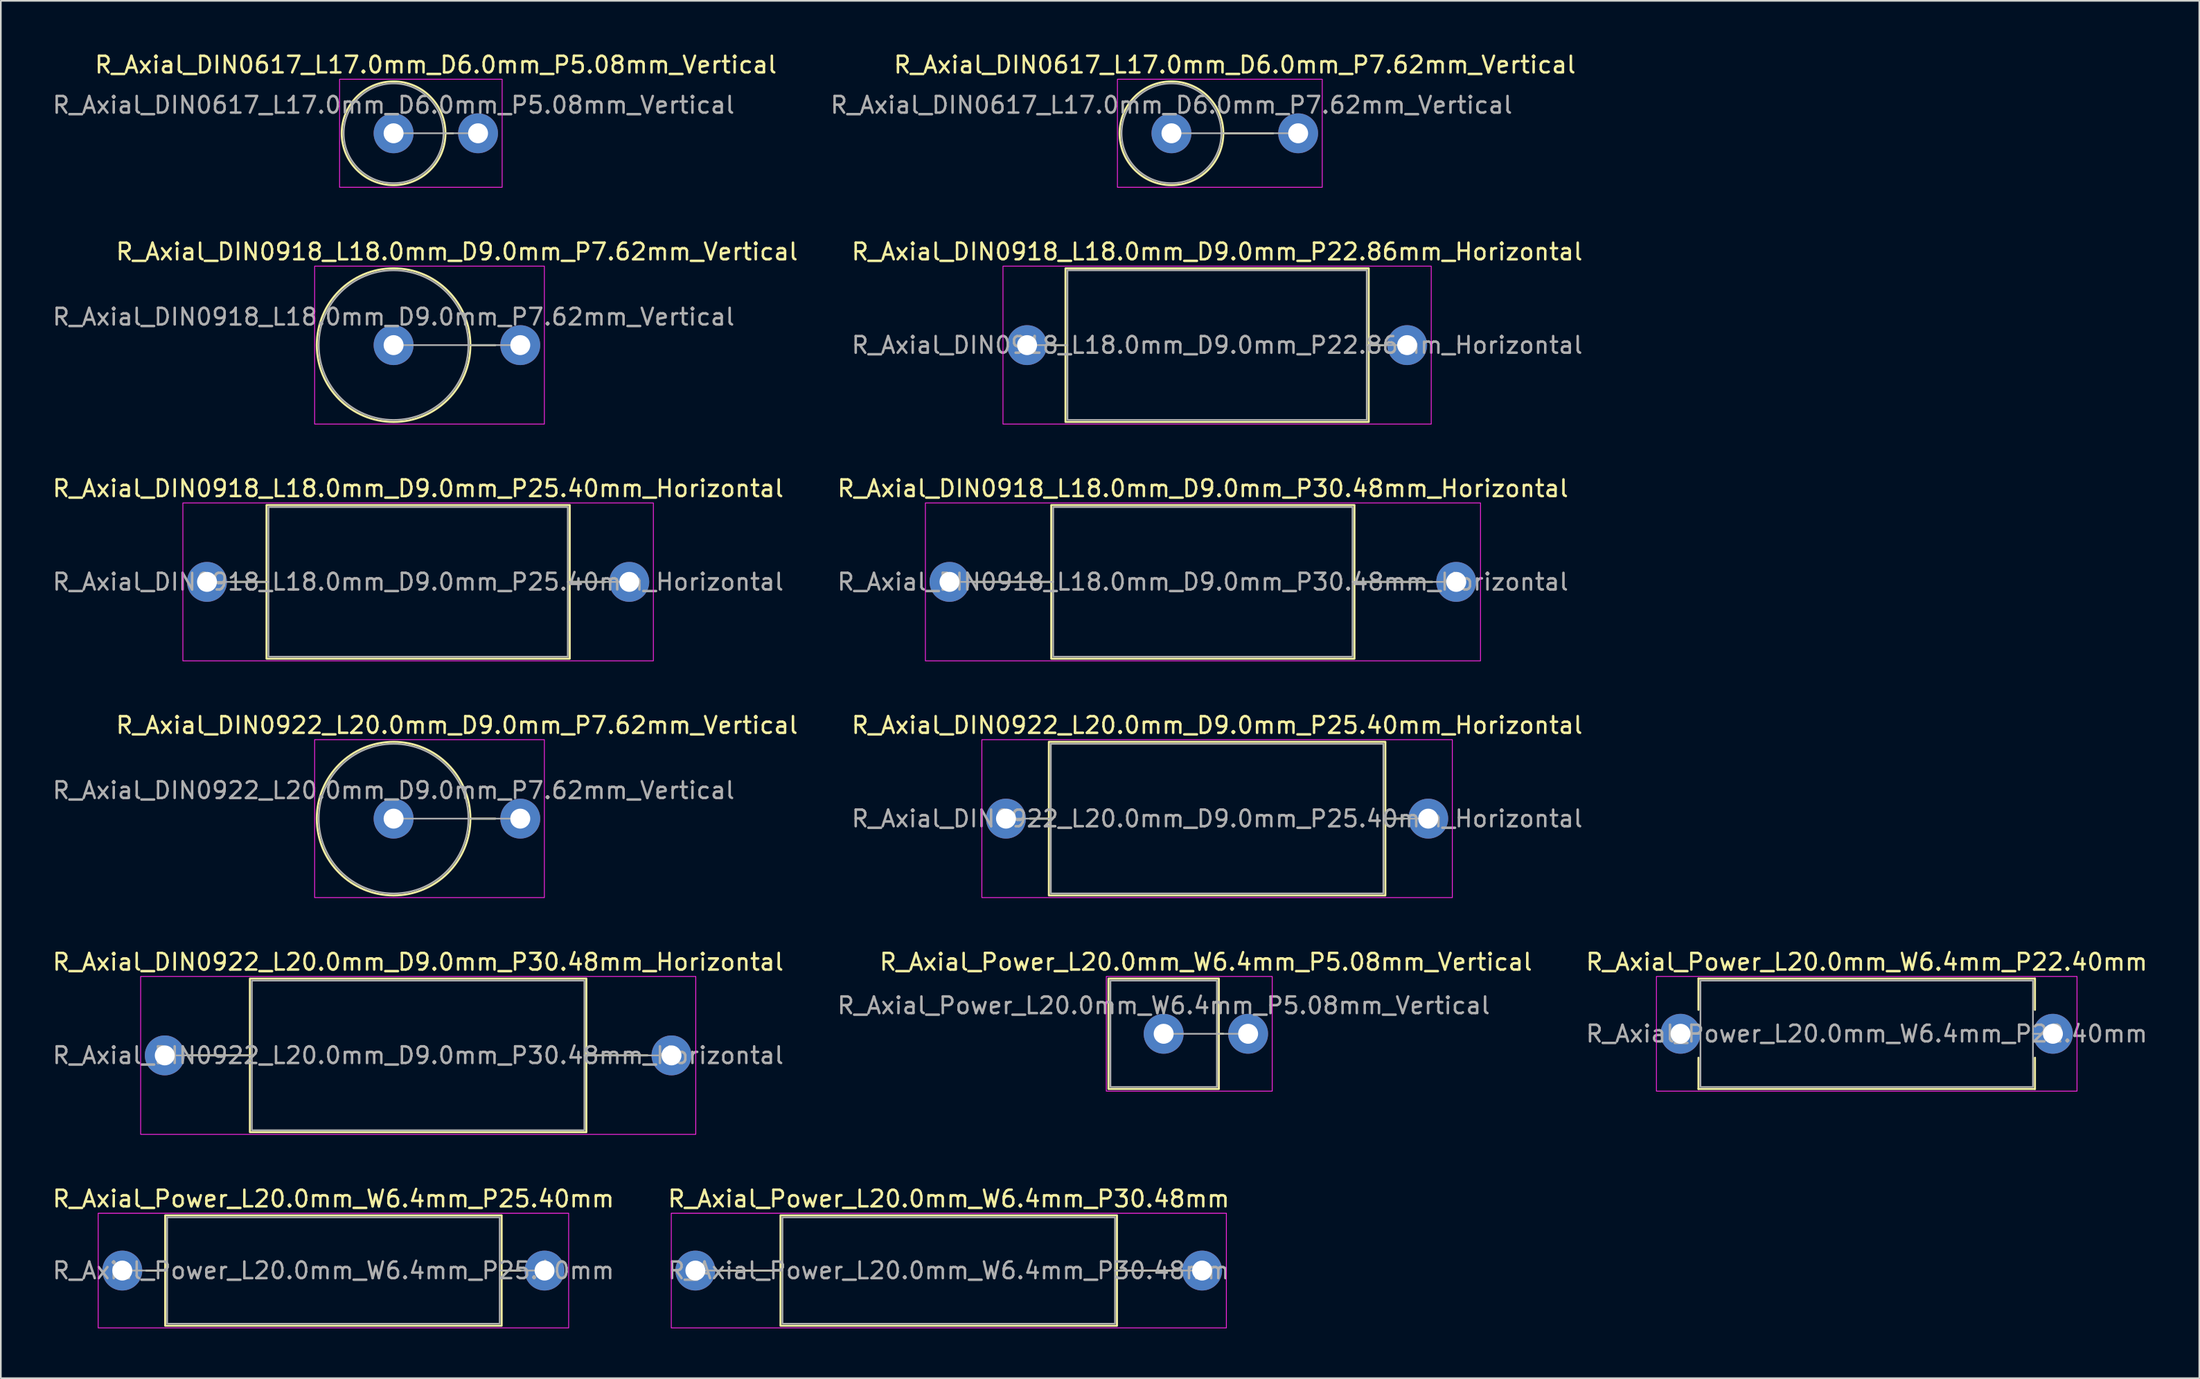
<source format=kicad_pcb>
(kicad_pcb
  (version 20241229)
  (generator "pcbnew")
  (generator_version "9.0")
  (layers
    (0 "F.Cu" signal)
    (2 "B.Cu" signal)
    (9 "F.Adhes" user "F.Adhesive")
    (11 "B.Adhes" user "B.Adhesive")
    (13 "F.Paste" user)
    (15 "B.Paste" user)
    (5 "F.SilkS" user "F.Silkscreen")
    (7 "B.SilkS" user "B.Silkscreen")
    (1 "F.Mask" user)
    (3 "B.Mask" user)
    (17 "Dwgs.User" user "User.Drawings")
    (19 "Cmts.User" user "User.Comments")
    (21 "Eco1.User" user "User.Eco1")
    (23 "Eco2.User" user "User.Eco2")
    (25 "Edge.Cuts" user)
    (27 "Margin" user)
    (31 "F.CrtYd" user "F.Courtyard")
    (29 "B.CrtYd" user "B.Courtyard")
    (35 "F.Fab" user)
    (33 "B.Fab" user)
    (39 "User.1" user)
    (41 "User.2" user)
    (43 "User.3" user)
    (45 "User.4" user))
  (footprint "R_Axial_DIN0617_L17.0mm_D6.0mm_P7.62mm_Vertical"
    (layer "F.Cu")
    (at 67.415 4.968)
    (property "Reference" "R_Axial_DIN0617_L17.0mm_D6.0mm_P7.62mm_Vertical" (at 3.81 -4.12 0) (layer "F.SilkS") (effects (font (size 1 1) (thickness 0.15))))
    (attr through_hole)
    (fp_line (start 3.12 0) (end 6.12 0) (stroke (width 0.12) (type solid)) (layer "F.SilkS"))
    (fp_circle (center 0 0) (end 3.12 0) (stroke (width 0.12) (type solid)) (fill no) (layer "F.SilkS"))
    (fp_rect (start -3.25 -3.25) (end 9.07 3.25) (stroke (width 0.05) (type solid)) (fill no) (layer "F.CrtYd"))
    (fp_line (start 0 0) (end 7.62 0) (stroke (width 0.1) (type solid)) (layer "F.Fab"))
    (fp_circle (center 0 0) (end 3 0) (stroke (width 0.1) (type solid)) (fill no) (layer "F.Fab"))
    (fp_text user "${REFERENCE}" (at 0 -1.7 0) (layer "F.Fab") (effects (font (size 1 1) (thickness 0.15))))
    (pad "1" thru_hole circle (at 0 0) (size 2.4 2.4) (drill 1.2) (layers "*.Cu" "*.Mask"))
    (pad "2" thru_hole circle (at 7.62 0) (size 2.4 2.4) (drill 1.2) (layers "*.Cu" "*.Mask")))
  (footprint "R_Axial_Power_L20.0mm_W6.4mm_P5.08mm_Vertical"
    (layer "F.Cu")
    (at 66.946 59.141)
    (property "Reference" "R_Axial_Power_L20.0mm_W6.4mm_P5.08mm_Vertical" (at 2.54 -4.32 0) (layer "F.SilkS") (effects (font (size 1 1) (thickness 0.15))))
    (attr through_hole)
    (fp_line (start 3.32 0) (end 3.58 0) (stroke (width 0.12) (type solid)) (layer "F.SilkS"))
    (fp_rect (start -3.32 -3.32) (end 3.32 3.32) (stroke (width 0.12) (type solid)) (fill no) (layer "F.SilkS"))
    (fp_rect (start -3.45 -3.45) (end 6.53 3.45) (stroke (width 0.05) (type solid)) (fill no) (layer "F.CrtYd"))
    (fp_line (start 0 0) (end 5.08 0) (stroke (width 0.1) (type solid)) (layer "F.Fab"))
    (fp_rect (start -3.2 -3.2) (end 3.2 3.2) (stroke (width 0.1) (type solid)) (fill no) (layer "F.Fab"))
    (fp_text user "${REFERENCE}" (at 0 -1.7 0) (layer "F.Fab") (effects (font (size 1 1) (thickness 0.15))))
    (pad "1" thru_hole circle (at 0 0) (size 2.4 2.4) (drill 1.2) (layers "*.Cu" "*.Mask"))
    (pad "2" thru_hole circle (at 5.08 0) (size 2.4 2.4) (drill 1.2) (layers "*.Cu" "*.Mask")))
  (footprint "R_Axial_DIN0922_L20.0mm_D9.0mm_P7.62mm_Vertical"
    (layer "F.Cu")
    (at 20.625 46.198)
    (property "Reference" "R_Axial_DIN0922_L20.0mm_D9.0mm_P7.62mm_Vertical" (at 3.81 -5.62 0) (layer "F.SilkS") (effects (font (size 1 1) (thickness 0.15))))
    (attr through_hole)
    (fp_line (start 4.62 0) (end 6.12 0) (stroke (width 0.12) (type solid)) (layer "F.SilkS"))
    (fp_circle (center 0 0) (end 4.62 0) (stroke (width 0.12) (type solid)) (fill no) (layer "F.SilkS"))
    (fp_rect (start -4.75 -4.75) (end 9.07 4.75) (stroke (width 0.05) (type solid)) (fill no) (layer "F.CrtYd"))
    (fp_line (start 0 0) (end 7.62 0) (stroke (width 0.1) (type solid)) (layer "F.Fab"))
    (fp_circle (center 0 0) (end 4.5 0) (stroke (width 0.1) (type solid)) (fill no) (layer "F.Fab"))
    (fp_text user "${REFERENCE}" (at 0 -1.7 0) (layer "F.Fab") (effects (font (size 1 1) (thickness 0.15))))
    (pad "1" thru_hole circle (at 0 0) (size 2.4 2.4) (drill 1.2) (layers "*.Cu" "*.Mask"))
    (pad "2" thru_hole circle (at 7.62 0) (size 2.4 2.4) (drill 1.2) (layers "*.Cu" "*.Mask")))
  (footprint "R_Axial_DIN0918_L18.0mm_D9.0mm_P25.40mm_Horizontal"
    (layer "F.Cu")
    (at 9.401 31.955)
    (property "Reference" "R_Axial_DIN0918_L18.0mm_D9.0mm_P25.40mm_Horizontal" (at 12.7 -5.62 0) (layer "F.SilkS") (effects (font (size 1 1) (thickness 0.15))))
    (attr through_hole)
    (fp_line (start 1.44 0) (end 3.58 0) (stroke (width 0.12) (type solid)) (layer "F.SilkS"))
    (fp_line (start 23.96 0) (end 21.82 0) (stroke (width 0.12) (type solid)) (layer "F.SilkS"))
    (fp_rect (start 3.58 -4.62) (end 21.82 4.62) (stroke (width 0.12) (type solid)) (fill no) (layer "F.SilkS"))
    (fp_rect (start -1.45 -4.75) (end 26.85 4.75) (stroke (width 0.05) (type solid)) (fill no) (layer "F.CrtYd"))
    (fp_line (start 0 0) (end 3.7 0) (stroke (width 0.1) (type solid)) (layer "F.Fab"))
    (fp_line (start 25.4 0) (end 21.7 0) (stroke (width 0.1) (type solid)) (layer "F.Fab"))
    (fp_rect (start 3.7 -4.5) (end 21.7 4.5) (stroke (width 0.1) (type solid)) (fill no) (layer "F.Fab"))
    (fp_text user "${REFERENCE}" (at 12.7 0 0) (layer "F.Fab") (effects (font (size 1 1) (thickness 0.15))))
    (pad "1" thru_hole circle (at 0 0) (size 2.4 2.4) (drill 1.2) (layers "*.Cu" "*.Mask"))
    (pad "2" thru_hole circle (at 25.4 0) (size 2.4 2.4) (drill 1.2) (layers "*.Cu" "*.Mask")))
  (footprint "R_Axial_DIN0918_L18.0mm_D9.0mm_P7.62mm_Vertical"
    (layer "F.Cu")
    (at 20.625 17.712)
    (property "Reference" "R_Axial_DIN0918_L18.0mm_D9.0mm_P7.62mm_Vertical" (at 3.81 -5.62 0) (layer "F.SilkS") (effects (font (size 1 1) (thickness 0.15))))
    (attr through_hole)
    (fp_line (start 4.62 0) (end 6.12 0) (stroke (width 0.12) (type solid)) (layer "F.SilkS"))
    (fp_circle (center 0 0) (end 4.62 0) (stroke (width 0.12) (type solid)) (fill no) (layer "F.SilkS"))
    (fp_rect (start -4.75 -4.75) (end 9.07 4.75) (stroke (width 0.05) (type solid)) (fill no) (layer "F.CrtYd"))
    (fp_line (start 0 0) (end 7.62 0) (stroke (width 0.1) (type solid)) (layer "F.Fab"))
    (fp_circle (center 0 0) (end 4.5 0) (stroke (width 0.1) (type solid)) (fill no) (layer "F.Fab"))
    (fp_text user "${REFERENCE}" (at 0 -1.7 0) (layer "F.Fab") (effects (font (size 1 1) (thickness 0.15))))
    (pad "1" thru_hole circle (at 0 0) (size 2.4 2.4) (drill 1.2) (layers "*.Cu" "*.Mask"))
    (pad "2" thru_hole circle (at 7.62 0) (size 2.4 2.4) (drill 1.2) (layers "*.Cu" "*.Mask")))
  (footprint "R_Axial_DIN0918_L18.0mm_D9.0mm_P22.86mm_Horizontal"
    (layer "F.Cu")
    (at 58.731 17.712)
    (property "Reference" "R_Axial_DIN0918_L18.0mm_D9.0mm_P22.86mm_Horizontal" (at 11.43 -5.62 0) (layer "F.SilkS") (effects (font (size 1 1) (thickness 0.15))))
    (attr through_hole)
    (fp_line (start 1.44 0) (end 2.31 0) (stroke (width 0.12) (type solid)) (layer "F.SilkS"))
    (fp_line (start 21.42 0) (end 20.55 0) (stroke (width 0.12) (type solid)) (layer "F.SilkS"))
    (fp_rect (start 2.31 -4.62) (end 20.55 4.62) (stroke (width 0.12) (type solid)) (fill no) (layer "F.SilkS"))
    (fp_rect (start -1.45 -4.75) (end 24.31 4.75) (stroke (width 0.05) (type solid)) (fill no) (layer "F.CrtYd"))
    (fp_line (start 0 0) (end 2.43 0) (stroke (width 0.1) (type solid)) (layer "F.Fab"))
    (fp_line (start 22.86 0) (end 20.43 0) (stroke (width 0.1) (type solid)) (layer "F.Fab"))
    (fp_rect (start 2.43 -4.5) (end 20.43 4.5) (stroke (width 0.1) (type solid)) (fill no) (layer "F.Fab"))
    (fp_text user "${REFERENCE}" (at 11.43 0 0) (layer "F.Fab") (effects (font (size 1 1) (thickness 0.15))))
    (pad "1" thru_hole circle (at 0 0) (size 2.4 2.4) (drill 1.2) (layers "*.Cu" "*.Mask"))
    (pad "2" thru_hole circle (at 22.86 0) (size 2.4 2.4) (drill 1.2) (layers "*.Cu" "*.Mask")))
  (footprint "R_Axial_DIN0922_L20.0mm_D9.0mm_P30.48mm_Horizontal"
    (layer "F.Cu")
    (at 6.861 60.441)
    (property "Reference" "R_Axial_DIN0922_L20.0mm_D9.0mm_P30.48mm_Horizontal" (at 15.24 -5.62 0) (layer "F.SilkS") (effects (font (size 1 1) (thickness 0.15))))
    (attr through_hole)
    (fp_line (start 1.44 0) (end 5.12 0) (stroke (width 0.12) (type solid)) (layer "F.SilkS"))
    (fp_line (start 29.04 0) (end 25.36 0) (stroke (width 0.12) (type solid)) (layer "F.SilkS"))
    (fp_rect (start 5.12 -4.62) (end 25.36 4.62) (stroke (width 0.12) (type solid)) (fill no) (layer "F.SilkS"))
    (fp_rect (start -1.45 -4.75) (end 31.94 4.75) (stroke (width 0.05) (type solid)) (fill no) (layer "F.CrtYd"))
    (fp_line (start 0 0) (end 5.24 0) (stroke (width 0.1) (type solid)) (layer "F.Fab"))
    (fp_line (start 30.48 0) (end 25.24 0) (stroke (width 0.1) (type solid)) (layer "F.Fab"))
    (fp_rect (start 5.24 -4.5) (end 25.24 4.5) (stroke (width 0.1) (type solid)) (fill no) (layer "F.Fab"))
    (fp_text user "${REFERENCE}" (at 15.24 0 0) (layer "F.Fab") (effects (font (size 1 1) (thickness 0.15))))
    (pad "1" thru_hole circle (at 0 0) (size 2.4 2.4) (drill 1.2) (layers "*.Cu" "*.Mask"))
    (pad "2" thru_hole circle (at 30.48 0) (size 2.4 2.4) (drill 1.2) (layers "*.Cu" "*.Mask")))
  (footprint "R_Axial_DIN0918_L18.0mm_D9.0mm_P30.48mm_Horizontal"
    (layer "F.Cu")
    (at 54.064 31.955)
    (property "Reference" "R_Axial_DIN0918_L18.0mm_D9.0mm_P30.48mm_Horizontal" (at 15.24 -5.62 0) (layer "F.SilkS") (effects (font (size 1 1) (thickness 0.15))))
    (attr through_hole)
    (fp_line (start 1.44 0) (end 6.12 0) (stroke (width 0.12) (type solid)) (layer "F.SilkS"))
    (fp_line (start 29.04 0) (end 24.36 0) (stroke (width 0.12) (type solid)) (layer "F.SilkS"))
    (fp_rect (start 6.12 -4.62) (end 24.36 4.62) (stroke (width 0.12) (type solid)) (fill no) (layer "F.SilkS"))
    (fp_rect (start -1.45 -4.75) (end 31.94 4.75) (stroke (width 0.05) (type solid)) (fill no) (layer "F.CrtYd"))
    (fp_line (start 0 0) (end 6.24 0) (stroke (width 0.1) (type solid)) (layer "F.Fab"))
    (fp_line (start 30.48 0) (end 24.24 0) (stroke (width 0.1) (type solid)) (layer "F.Fab"))
    (fp_rect (start 6.24 -4.5) (end 24.24 4.5) (stroke (width 0.1) (type solid)) (fill no) (layer "F.Fab"))
    (fp_text user "${REFERENCE}" (at 15.24 0 0) (layer "F.Fab") (effects (font (size 1 1) (thickness 0.15))))
    (pad "1" thru_hole circle (at 0 0) (size 2.4 2.4) (drill 1.2) (layers "*.Cu" "*.Mask"))
    (pad "2" thru_hole circle (at 30.48 0) (size 2.4 2.4) (drill 1.2) (layers "*.Cu" "*.Mask")))
  (footprint "R_Axial_DIN0617_L17.0mm_D6.0mm_P5.08mm_Vertical"
    (layer "F.Cu")
    (at 20.625 4.968)
    (property "Reference" "R_Axial_DIN0617_L17.0mm_D6.0mm_P5.08mm_Vertical" (at 2.54 -4.12 0) (layer "F.SilkS") (effects (font (size 1 1) (thickness 0.15))))
    (attr through_hole)
    (fp_line (start 3.12 0) (end 3.58 0) (stroke (width 0.12) (type solid)) (layer "F.SilkS"))
    (fp_circle (center 0 0) (end 3.12 0) (stroke (width 0.12) (type solid)) (fill no) (layer "F.SilkS"))
    (fp_rect (start -3.25 -3.25) (end 6.53 3.25) (stroke (width 0.05) (type solid)) (fill no) (layer "F.CrtYd"))
    (fp_line (start 0 0) (end 5.08 0) (stroke (width 0.1) (type solid)) (layer "F.Fab"))
    (fp_circle (center 0 0) (end 3 0) (stroke (width 0.1) (type solid)) (fill no) (layer "F.Fab"))
    (fp_text user "${REFERENCE}" (at 0 -1.7 0) (layer "F.Fab") (effects (font (size 1 1) (thickness 0.15))))
    (pad "1" thru_hole circle (at 0 0) (size 2.4 2.4) (drill 1.2) (layers "*.Cu" "*.Mask"))
    (pad "2" thru_hole circle (at 5.08 0) (size 2.4 2.4) (drill 1.2) (layers "*.Cu" "*.Mask")))
  (footprint "R_Axial_DIN0922_L20.0mm_D9.0mm_P25.40mm_Horizontal"
    (layer "F.Cu")
    (at 57.461 46.198)
    (property "Reference" "R_Axial_DIN0922_L20.0mm_D9.0mm_P25.40mm_Horizontal" (at 12.7 -5.62 0) (layer "F.SilkS") (effects (font (size 1 1) (thickness 0.15))))
    (attr through_hole)
    (fp_line (start 1.44 0) (end 2.58 0) (stroke (width 0.12) (type solid)) (layer "F.SilkS"))
    (fp_line (start 23.96 0) (end 22.82 0) (stroke (width 0.12) (type solid)) (layer "F.SilkS"))
    (fp_rect (start 2.58 -4.62) (end 22.82 4.62) (stroke (width 0.12) (type solid)) (fill no) (layer "F.SilkS"))
    (fp_rect (start -1.45 -4.75) (end 26.85 4.75) (stroke (width 0.05) (type solid)) (fill no) (layer "F.CrtYd"))
    (fp_line (start 0 0) (end 2.7 0) (stroke (width 0.1) (type solid)) (layer "F.Fab"))
    (fp_line (start 25.4 0) (end 22.7 0) (stroke (width 0.1) (type solid)) (layer "F.Fab"))
    (fp_rect (start 2.7 -4.5) (end 22.7 4.5) (stroke (width 0.1) (type solid)) (fill no) (layer "F.Fab"))
    (fp_text user "${REFERENCE}" (at 12.7 0 0) (layer "F.Fab") (effects (font (size 1 1) (thickness 0.15))))
    (pad "1" thru_hole circle (at 0 0) (size 2.4 2.4) (drill 1.2) (layers "*.Cu" "*.Mask"))
    (pad "2" thru_hole circle (at 25.4 0) (size 2.4 2.4) (drill 1.2) (layers "*.Cu" "*.Mask")))
  (footprint "R_Axial_Power_L20.0mm_W6.4mm_P30.48mm"
    (layer "F.Cu")
    (at 38.778 73.385)
    (property "Reference" "R_Axial_Power_L20.0mm_W6.4mm_P30.48mm" (at 15.24 -4.32 0) (layer "F.SilkS") (effects (font (size 1 1) (thickness 0.15))))
    (attr through_hole)
    (fp_line (start 1.44 0) (end 5.12 0) (stroke (width 0.12) (type solid)) (layer "F.SilkS"))
    (fp_line (start 29.04 0) (end 25.36 0) (stroke (width 0.12) (type solid)) (layer "F.SilkS"))
    (fp_rect (start 5.12 -3.32) (end 25.36 3.32) (stroke (width 0.12) (type solid)) (fill no) (layer "F.SilkS"))
    (fp_rect (start -1.45 -3.45) (end 31.94 3.45) (stroke (width 0.05) (type solid)) (fill no) (layer "F.CrtYd"))
    (fp_line (start 0 0) (end 5.24 0) (stroke (width 0.1) (type solid)) (layer "F.Fab"))
    (fp_line (start 30.48 0) (end 25.24 0) (stroke (width 0.1) (type solid)) (layer "F.Fab"))
    (fp_rect (start 5.24 -3.2) (end 25.24 3.2) (stroke (width 0.1) (type solid)) (fill no) (layer "F.Fab"))
    (fp_text user "${REFERENCE}" (at 15.24 0 0) (layer "F.Fab") (effects (font (size 1 1) (thickness 0.15))))
    (pad "1" thru_hole circle (at 0 0) (size 2.4 2.4) (drill 1.2) (layers "*.Cu" "*.Mask"))
    (pad "2" thru_hole circle (at 30.48 0) (size 2.4 2.4) (drill 1.2) (layers "*.Cu" "*.Mask")))
  (footprint "R_Axial_Power_L20.0mm_W6.4mm_P25.40mm"
    (layer "F.Cu")
    (at 4.306 73.385)
    (property "Reference" "R_Axial_Power_L20.0mm_W6.4mm_P25.40mm" (at 12.7 -4.32 0) (layer "F.SilkS") (effects (font (size 1 1) (thickness 0.15))))
    (attr through_hole)
    (fp_line (start 1.44 0) (end 2.58 0) (stroke (width 0.12) (type solid)) (layer "F.SilkS"))
    (fp_line (start 23.96 0) (end 22.82 0) (stroke (width 0.12) (type solid)) (layer "F.SilkS"))
    (fp_rect (start 2.58 -3.32) (end 22.82 3.32) (stroke (width 0.12) (type solid)) (fill no) (layer "F.SilkS"))
    (fp_rect (start -1.45 -3.45) (end 26.85 3.45) (stroke (width 0.05) (type solid)) (fill no) (layer "F.CrtYd"))
    (fp_line (start 0 0) (end 2.7 0) (stroke (width 0.1) (type solid)) (layer "F.Fab"))
    (fp_line (start 25.4 0) (end 22.7 0) (stroke (width 0.1) (type solid)) (layer "F.Fab"))
    (fp_rect (start 2.7 -3.2) (end 22.7 3.2) (stroke (width 0.1) (type solid)) (fill no) (layer "F.Fab"))
    (fp_text user "${REFERENCE}" (at 12.7 0 0) (layer "F.Fab") (effects (font (size 1 1) (thickness 0.15))))
    (pad "1" thru_hole circle (at 0 0) (size 2.4 2.4) (drill 1.2) (layers "*.Cu" "*.Mask"))
    (pad "2" thru_hole circle (at 25.4 0) (size 2.4 2.4) (drill 1.2) (layers "*.Cu" "*.Mask")))
  (footprint "R_Axial_Power_L20.0mm_W6.4mm_P22.40mm"
    (layer "F.Cu")
    (at 98.036 59.141)
    (property "Reference" "R_Axial_Power_L20.0mm_W6.4mm_P22.40mm" (at 11.2 -4.32 0) (layer "F.SilkS") (effects (font (size 1 1) (thickness 0.15))))
    (attr through_hole)
    (fp_line (start 1.08 -3.32) (end 21.32 -3.32) (stroke (width 0.12) (type solid)) (layer "F.SilkS"))
    (fp_line (start 1.08 -1.44) (end 1.08 -3.32) (stroke (width 0.12) (type solid)) (layer "F.SilkS"))
    (fp_line (start 1.08 1.44) (end 1.08 3.32) (stroke (width 0.12) (type solid)) (layer "F.SilkS"))
    (fp_line (start 1.08 3.32) (end 21.32 3.32) (stroke (width 0.12) (type solid)) (layer "F.SilkS"))
    (fp_line (start 21.32 -3.32) (end 21.32 -1.44) (stroke (width 0.12) (type solid)) (layer "F.SilkS"))
    (fp_line (start 21.32 3.32) (end 21.32 1.44) (stroke (width 0.12) (type solid)) (layer "F.SilkS"))
    (fp_rect (start -1.45 -3.45) (end 23.85 3.45) (stroke (width 0.05) (type solid)) (fill no) (layer "F.CrtYd"))
    (fp_line (start 0 0) (end 1.2 0) (stroke (width 0.1) (type solid)) (layer "F.Fab"))
    (fp_line (start 22.4 0) (end 21.2 0) (stroke (width 0.1) (type solid)) (layer "F.Fab"))
    (fp_rect (start 1.2 -3.2) (end 21.2 3.2) (stroke (width 0.1) (type solid)) (fill no) (layer "F.Fab"))
    (fp_text user "${REFERENCE}" (at 11.2 0 0) (layer "F.Fab") (effects (font (size 1 1) (thickness 0.15))))
    (pad "1" thru_hole circle (at 0 0) (size 2.4 2.4) (drill 1.2) (layers "*.Cu" "*.Mask"))
    (pad "2" thru_hole circle (at 22.4 0) (size 2.4 2.4) (drill 1.2) (layers "*.Cu" "*.Mask")))
  (gr_rect
    (start -3 -3)
    (end 129.242 79.859)
    (stroke (width 0.1) (type default))
    (fill no)
    (layer "Edge.Cuts")))
</source>
